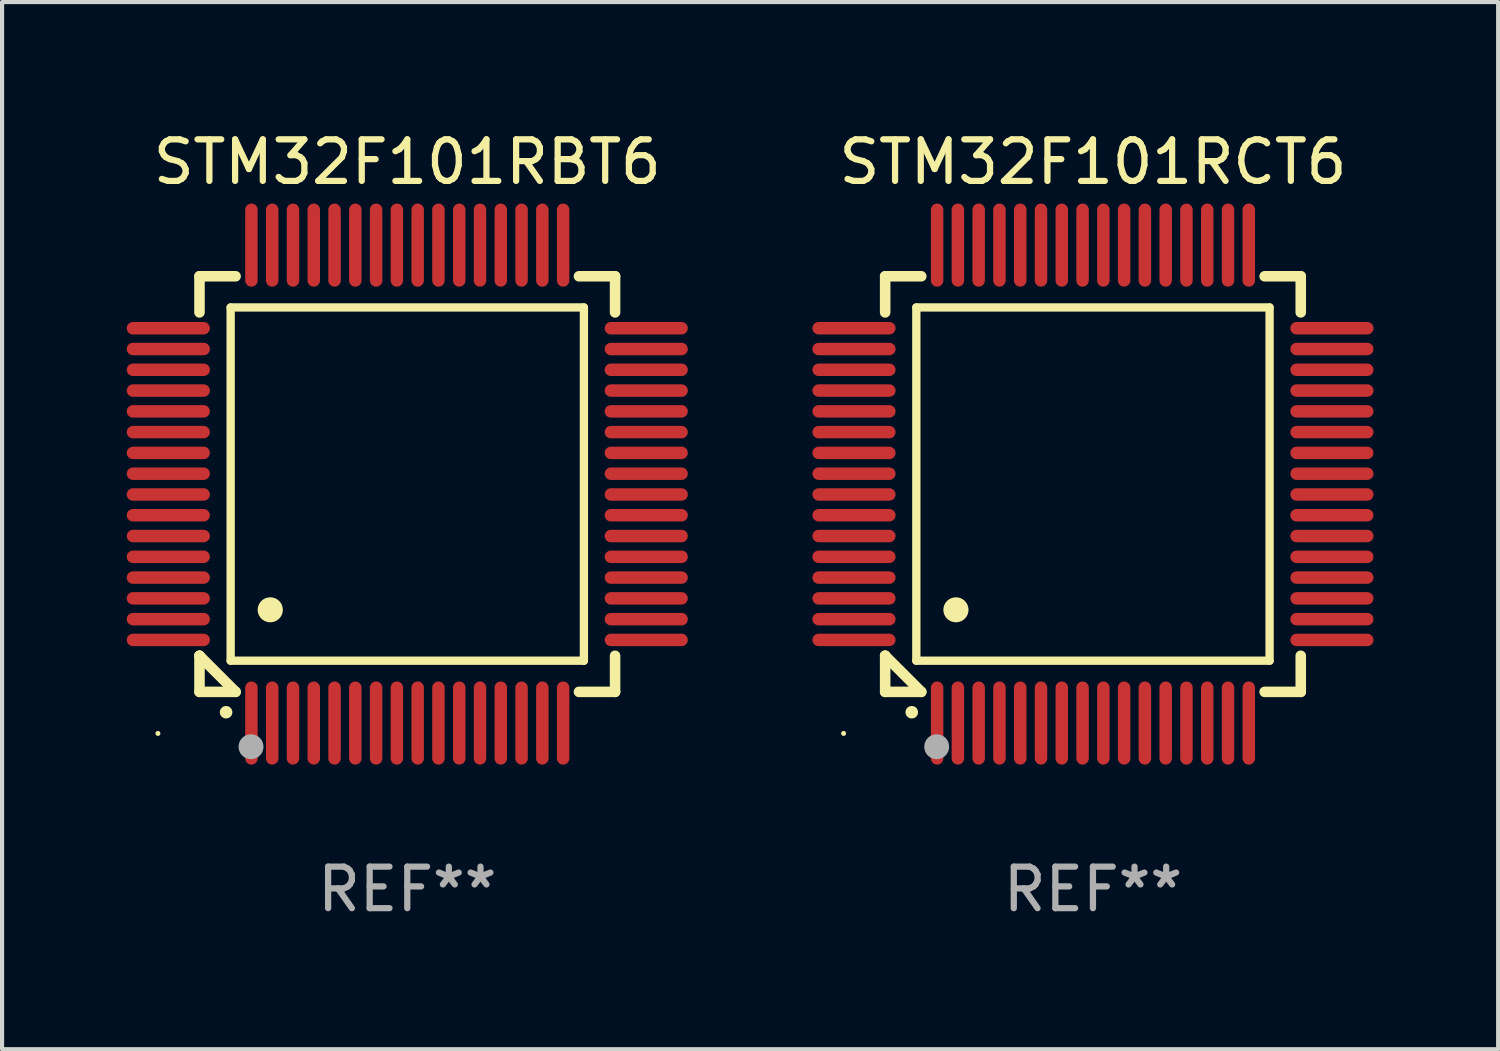
<source format=kicad_pcb>
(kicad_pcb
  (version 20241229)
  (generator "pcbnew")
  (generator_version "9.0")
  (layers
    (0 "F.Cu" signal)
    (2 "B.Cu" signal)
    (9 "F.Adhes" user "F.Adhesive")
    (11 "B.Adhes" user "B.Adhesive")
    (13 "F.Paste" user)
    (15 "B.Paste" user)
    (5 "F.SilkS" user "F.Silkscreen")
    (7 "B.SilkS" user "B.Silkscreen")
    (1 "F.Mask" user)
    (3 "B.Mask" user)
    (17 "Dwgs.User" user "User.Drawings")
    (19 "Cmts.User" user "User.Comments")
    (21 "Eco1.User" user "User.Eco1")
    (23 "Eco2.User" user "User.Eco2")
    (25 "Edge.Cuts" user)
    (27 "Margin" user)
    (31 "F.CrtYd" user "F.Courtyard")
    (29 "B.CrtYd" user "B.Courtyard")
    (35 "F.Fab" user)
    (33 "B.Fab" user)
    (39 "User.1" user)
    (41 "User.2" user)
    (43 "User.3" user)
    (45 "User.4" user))
  (footprint "STM32F101RCT6"
    (layer "F.Cu")
    (at 23.249 8.598)
    (property "Reference" "STM32F101RCT6" (at 0 -7.75 0) (layer "F.SilkS") (effects (font (size 1 1) (thickness 0.15))))
    (attr through_hole)
    (fp_line (start -5 -5) (end -4.131 -5) (stroke (width 0.254) (type solid)) (layer "F.SilkS"))
    (fp_line (start -5 -4.131) (end -5 -5) (stroke (width 0.254) (type solid)) (layer "F.SilkS"))
    (fp_line (start -5 4.131) (end -5 4.131) (stroke (width 0.254) (type solid)) (layer "F.SilkS"))
    (fp_line (start -5 5) (end -5 4.131) (stroke (width 0.254) (type solid)) (layer "F.SilkS"))
    (fp_line (start -5 4.131) (end -4.131 5) (stroke (width 0.254) (type solid)) (layer "F.SilkS"))
    (fp_line (start -4.25 -4.25) (end -4.25 4.25) (stroke (width 0.2) (type solid)) (layer "F.SilkS"))
    (fp_line (start -4.25 4.25) (end 4.25 4.25) (stroke (width 0.2) (type solid)) (layer "F.SilkS"))
    (fp_line (start -4.131 5) (end -5 5) (stroke (width 0.254) (type solid)) (layer "F.SilkS"))
    (fp_line (start 4.25 -4.25) (end -4.25 -4.25) (stroke (width 0.2) (type solid)) (layer "F.SilkS"))
    (fp_line (start 4.25 4.25) (end 4.25 -4.25) (stroke (width 0.2) (type solid)) (layer "F.SilkS"))
    (fp_line (start 5 -5) (end 4.131 -5) (stroke (width 0.254) (type solid)) (layer "F.SilkS"))
    (fp_line (start 5 -5) (end 5 -4.131) (stroke (width 0.254) (type solid)) (layer "F.SilkS"))
    (fp_line (start 5 4.131) (end 5 5) (stroke (width 0.254) (type solid)) (layer "F.SilkS"))
    (fp_line (start 5 5) (end 4.131 5) (stroke (width 0.254) (type solid)) (layer "F.SilkS"))
    (fp_arc (start -4.361265 5.489992) (mid -4.359995 5.489987) (end -4.358725 5.489992) (stroke (width 0.3) (type solid)) (layer "F.SilkS"))
    (fp_arc (start -3.299467 3.025146) (mid -3.296927 3.025135) (end -3.294387 3.025146) (stroke (width 0.6) (type solid)) (layer "F.SilkS"))
    (fp_circle (center -6 6) (end -5.97 6) (stroke (width 0.06) (type solid)) (fill no) (layer "F.SilkS"))
    (fp_circle (center -3.76 6.32) (end -3.61 6.32) (stroke (width 0.3) (type solid)) (fill no) (layer "F.Fab"))
    (fp_text user "REF**" (at 0 9.75 0) (layer "F.Fab") (effects (font (size 1 1) (thickness 0.15))))
    (pad "1" smd oval (at -3.75 5.75) (size 0.3 2) (layers "F.Cu" "F.Mask" "F.Paste"))
    (pad "2" smd oval (at -3.25 5.75) (size 0.3 2) (layers "F.Cu" "F.Mask" "F.Paste"))
    (pad "3" smd oval (at -2.75 5.75) (size 0.3 2) (layers "F.Cu" "F.Mask" "F.Paste"))
    (pad "4" smd oval (at -2.25 5.75) (size 0.3 2) (layers "F.Cu" "F.Mask" "F.Paste"))
    (pad "5" smd oval (at -1.75 5.75) (size 0.3 2) (layers "F.Cu" "F.Mask" "F.Paste"))
    (pad "6" smd oval (at -1.25 5.75) (size 0.3 2) (layers "F.Cu" "F.Mask" "F.Paste"))
    (pad "7" smd oval (at -0.75 5.75) (size 0.3 2) (layers "F.Cu" "F.Mask" "F.Paste"))
    (pad "8" smd oval (at -0.25 5.75) (size 0.3 2) (layers "F.Cu" "F.Mask" "F.Paste"))
    (pad "9" smd oval (at 0.25 5.75) (size 0.3 2) (layers "F.Cu" "F.Mask" "F.Paste"))
    (pad "10" smd oval (at 0.75 5.75) (size 0.3 2) (layers "F.Cu" "F.Mask" "F.Paste"))
    (pad "11" smd oval (at 1.25 5.75) (size 0.3 2) (layers "F.Cu" "F.Mask" "F.Paste"))
    (pad "12" smd oval (at 1.75 5.75) (size 0.3 2) (layers "F.Cu" "F.Mask" "F.Paste"))
    (pad "13" smd oval (at 2.25 5.75) (size 0.3 2) (layers "F.Cu" "F.Mask" "F.Paste"))
    (pad "14" smd oval (at 2.75 5.75) (size 0.3 2) (layers "F.Cu" "F.Mask" "F.Paste"))
    (pad "15" smd oval (at 3.25 5.75) (size 0.3 2) (layers "F.Cu" "F.Mask" "F.Paste"))
    (pad "16" smd oval (at 3.75 5.75) (size 0.3 2) (layers "F.Cu" "F.Mask" "F.Paste"))
    (pad "17" smd oval (at 5.75 3.75) (size 2 0.3) (layers "F.Cu" "F.Mask" "F.Paste"))
    (pad "18" smd oval (at 5.75 3.25) (size 2 0.3) (layers "F.Cu" "F.Mask" "F.Paste"))
    (pad "19" smd oval (at 5.75 2.75) (size 2 0.3) (layers "F.Cu" "F.Mask" "F.Paste"))
    (pad "20" smd oval (at 5.75 2.25) (size 2 0.3) (layers "F.Cu" "F.Mask" "F.Paste"))
    (pad "21" smd oval (at 5.75 1.75) (size 2 0.3) (layers "F.Cu" "F.Mask" "F.Paste"))
    (pad "22" smd oval (at 5.75 1.25) (size 2 0.3) (layers "F.Cu" "F.Mask" "F.Paste"))
    (pad "23" smd oval (at 5.75 0.75) (size 2 0.3) (layers "F.Cu" "F.Mask" "F.Paste"))
    (pad "24" smd oval (at 5.75 0.25) (size 2 0.3) (layers "F.Cu" "F.Mask" "F.Paste"))
    (pad "25" smd oval (at 5.75 -0.25) (size 2 0.3) (layers "F.Cu" "F.Mask" "F.Paste"))
    (pad "26" smd oval (at 5.75 -0.75) (size 2 0.3) (layers "F.Cu" "F.Mask" "F.Paste"))
    (pad "27" smd oval (at 5.75 -1.25) (size 2 0.3) (layers "F.Cu" "F.Mask" "F.Paste"))
    (pad "28" smd oval (at 5.75 -1.75) (size 2 0.3) (layers "F.Cu" "F.Mask" "F.Paste"))
    (pad "29" smd oval (at 5.75 -2.25) (size 2 0.3) (layers "F.Cu" "F.Mask" "F.Paste"))
    (pad "30" smd oval (at 5.75 -2.75) (size 2 0.3) (layers "F.Cu" "F.Mask" "F.Paste"))
    (pad "31" smd oval (at 5.75 -3.25) (size 2 0.3) (layers "F.Cu" "F.Mask" "F.Paste"))
    (pad "32" smd oval (at 5.75 -3.75) (size 2 0.3) (layers "F.Cu" "F.Mask" "F.Paste"))
    (pad "33" smd oval (at 3.75 -5.75) (size 0.3 2) (layers "F.Cu" "F.Mask" "F.Paste"))
    (pad "34" smd oval (at 3.25 -5.75) (size 0.3 2) (layers "F.Cu" "F.Mask" "F.Paste"))
    (pad "35" smd oval (at 2.75 -5.75) (size 0.3 2) (layers "F.Cu" "F.Mask" "F.Paste"))
    (pad "36" smd oval (at 2.25 -5.75) (size 0.3 2) (layers "F.Cu" "F.Mask" "F.Paste"))
    (pad "37" smd oval (at 1.75 -5.75) (size 0.3 2) (layers "F.Cu" "F.Mask" "F.Paste"))
    (pad "38" smd oval (at 1.25 -5.75) (size 0.3 2) (layers "F.Cu" "F.Mask" "F.Paste"))
    (pad "39" smd oval (at 0.75 -5.75) (size 0.3 2) (layers "F.Cu" "F.Mask" "F.Paste"))
    (pad "40" smd oval (at 0.25 -5.75) (size 0.3 2) (layers "F.Cu" "F.Mask" "F.Paste"))
    (pad "41" smd oval (at -0.25 -5.75) (size 0.3 2) (layers "F.Cu" "F.Mask" "F.Paste"))
    (pad "42" smd oval (at -0.75 -5.75) (size 0.3 2) (layers "F.Cu" "F.Mask" "F.Paste"))
    (pad "43" smd oval (at -1.25 -5.75) (size 0.3 2) (layers "F.Cu" "F.Mask" "F.Paste"))
    (pad "44" smd oval (at -1.75 -5.75) (size 0.3 2) (layers "F.Cu" "F.Mask" "F.Paste"))
    (pad "45" smd oval (at -2.25 -5.75) (size 0.3 2) (layers "F.Cu" "F.Mask" "F.Paste"))
    (pad "46" smd oval (at -2.75 -5.75) (size 0.3 2) (layers "F.Cu" "F.Mask" "F.Paste"))
    (pad "47" smd oval (at -3.25 -5.75) (size 0.3 2) (layers "F.Cu" "F.Mask" "F.Paste"))
    (pad "48" smd oval (at -3.75 -5.75) (size 0.3 2) (layers "F.Cu" "F.Mask" "F.Paste"))
    (pad "49" smd oval (at -5.75 -3.75) (size 2 0.3) (layers "F.Cu" "F.Mask" "F.Paste"))
    (pad "50" smd oval (at -5.75 -3.25) (size 2 0.3) (layers "F.Cu" "F.Mask" "F.Paste"))
    (pad "51" smd oval (at -5.75 -2.75) (size 2 0.3) (layers "F.Cu" "F.Mask" "F.Paste"))
    (pad "52" smd oval (at -5.75 -2.25) (size 2 0.3) (layers "F.Cu" "F.Mask" "F.Paste"))
    (pad "53" smd oval (at -5.75 -1.75) (size 2 0.3) (layers "F.Cu" "F.Mask" "F.Paste"))
    (pad "54" smd oval (at -5.75 -1.25) (size 2 0.3) (layers "F.Cu" "F.Mask" "F.Paste"))
    (pad "55" smd oval (at -5.75 -0.75) (size 2 0.3) (layers "F.Cu" "F.Mask" "F.Paste"))
    (pad "56" smd oval (at -5.75 -0.25) (size 2 0.3) (layers "F.Cu" "F.Mask" "F.Paste"))
    (pad "57" smd oval (at -5.75 0.25) (size 2 0.3) (layers "F.Cu" "F.Mask" "F.Paste"))
    (pad "58" smd oval (at -5.75 0.75) (size 2 0.3) (layers "F.Cu" "F.Mask" "F.Paste"))
    (pad "59" smd oval (at -5.75 1.25) (size 2 0.3) (layers "F.Cu" "F.Mask" "F.Paste"))
    (pad "60" smd oval (at -5.75 1.75) (size 2 0.3) (layers "F.Cu" "F.Mask" "F.Paste"))
    (pad "61" smd oval (at -5.75 2.25) (size 2 0.3) (layers "F.Cu" "F.Mask" "F.Paste"))
    (pad "62" smd oval (at -5.75 2.75) (size 2 0.3) (layers "F.Cu" "F.Mask" "F.Paste"))
    (pad "63" smd oval (at -5.75 3.25) (size 2 0.3) (layers "F.Cu" "F.Mask" "F.Paste"))
    (pad "64" smd oval (at -5.75 3.75) (size 2 0.3) (layers "F.Cu" "F.Mask" "F.Paste")))
  (footprint "STM32F101RBT6"
    (layer "F.Cu")
    (at 6.75 8.598)
    (property "Reference" "STM32F101RBT6" (at 0 -7.75 0) (layer "F.SilkS") (effects (font (size 1 1) (thickness 0.15))))
    (attr through_hole)
    (fp_line (start -5 -5) (end -4.131 -5) (stroke (width 0.254) (type solid)) (layer "F.SilkS"))
    (fp_line (start -5 -4.131) (end -5 -5) (stroke (width 0.254) (type solid)) (layer "F.SilkS"))
    (fp_line (start -5 4.131) (end -5 4.131) (stroke (width 0.254) (type solid)) (layer "F.SilkS"))
    (fp_line (start -5 5) (end -5 4.131) (stroke (width 0.254) (type solid)) (layer "F.SilkS"))
    (fp_line (start -5 4.131) (end -4.131 5) (stroke (width 0.254) (type solid)) (layer "F.SilkS"))
    (fp_line (start -4.25 -4.25) (end -4.25 4.25) (stroke (width 0.2) (type solid)) (layer "F.SilkS"))
    (fp_line (start -4.25 4.25) (end 4.25 4.25) (stroke (width 0.2) (type solid)) (layer "F.SilkS"))
    (fp_line (start -4.131 5) (end -5 5) (stroke (width 0.254) (type solid)) (layer "F.SilkS"))
    (fp_line (start 4.25 -4.25) (end -4.25 -4.25) (stroke (width 0.2) (type solid)) (layer "F.SilkS"))
    (fp_line (start 4.25 4.25) (end 4.25 -4.25) (stroke (width 0.2) (type solid)) (layer "F.SilkS"))
    (fp_line (start 5 -5) (end 4.131 -5) (stroke (width 0.254) (type solid)) (layer "F.SilkS"))
    (fp_line (start 5 -5) (end 5 -4.131) (stroke (width 0.254) (type solid)) (layer "F.SilkS"))
    (fp_line (start 5 4.131) (end 5 5) (stroke (width 0.254) (type solid)) (layer "F.SilkS"))
    (fp_line (start 5 5) (end 4.131 5) (stroke (width 0.254) (type solid)) (layer "F.SilkS"))
    (fp_arc (start -4.361265 5.489992) (mid -4.359995 5.489987) (end -4.358725 5.489992) (stroke (width 0.3) (type solid)) (layer "F.SilkS"))
    (fp_arc (start -3.299467 3.025146) (mid -3.296927 3.025135) (end -3.294387 3.025146) (stroke (width 0.6) (type solid)) (layer "F.SilkS"))
    (fp_circle (center -6 6) (end -5.97 6) (stroke (width 0.06) (type solid)) (fill no) (layer "F.SilkS"))
    (fp_circle (center -3.76 6.32) (end -3.61 6.32) (stroke (width 0.3) (type solid)) (fill no) (layer "F.Fab"))
    (fp_text user "REF**" (at 0 9.75 0) (layer "F.Fab") (effects (font (size 1 1) (thickness 0.15))))
    (pad "1" smd oval (at -3.75 5.75) (size 0.3 2) (layers "F.Cu" "F.Mask" "F.Paste"))
    (pad "2" smd oval (at -3.25 5.75) (size 0.3 2) (layers "F.Cu" "F.Mask" "F.Paste"))
    (pad "3" smd oval (at -2.75 5.75) (size 0.3 2) (layers "F.Cu" "F.Mask" "F.Paste"))
    (pad "4" smd oval (at -2.25 5.75) (size 0.3 2) (layers "F.Cu" "F.Mask" "F.Paste"))
    (pad "5" smd oval (at -1.75 5.75) (size 0.3 2) (layers "F.Cu" "F.Mask" "F.Paste"))
    (pad "6" smd oval (at -1.25 5.75) (size 0.3 2) (layers "F.Cu" "F.Mask" "F.Paste"))
    (pad "7" smd oval (at -0.75 5.75) (size 0.3 2) (layers "F.Cu" "F.Mask" "F.Paste"))
    (pad "8" smd oval (at -0.25 5.75) (size 0.3 2) (layers "F.Cu" "F.Mask" "F.Paste"))
    (pad "9" smd oval (at 0.25 5.75) (size 0.3 2) (layers "F.Cu" "F.Mask" "F.Paste"))
    (pad "10" smd oval (at 0.75 5.75) (size 0.3 2) (layers "F.Cu" "F.Mask" "F.Paste"))
    (pad "11" smd oval (at 1.25 5.75) (size 0.3 2) (layers "F.Cu" "F.Mask" "F.Paste"))
    (pad "12" smd oval (at 1.75 5.75) (size 0.3 2) (layers "F.Cu" "F.Mask" "F.Paste"))
    (pad "13" smd oval (at 2.25 5.75) (size 0.3 2) (layers "F.Cu" "F.Mask" "F.Paste"))
    (pad "14" smd oval (at 2.75 5.75) (size 0.3 2) (layers "F.Cu" "F.Mask" "F.Paste"))
    (pad "15" smd oval (at 3.25 5.75) (size 0.3 2) (layers "F.Cu" "F.Mask" "F.Paste"))
    (pad "16" smd oval (at 3.75 5.75) (size 0.3 2) (layers "F.Cu" "F.Mask" "F.Paste"))
    (pad "17" smd oval (at 5.75 3.75) (size 2 0.3) (layers "F.Cu" "F.Mask" "F.Paste"))
    (pad "18" smd oval (at 5.75 3.25) (size 2 0.3) (layers "F.Cu" "F.Mask" "F.Paste"))
    (pad "19" smd oval (at 5.75 2.75) (size 2 0.3) (layers "F.Cu" "F.Mask" "F.Paste"))
    (pad "20" smd oval (at 5.75 2.25) (size 2 0.3) (layers "F.Cu" "F.Mask" "F.Paste"))
    (pad "21" smd oval (at 5.75 1.75) (size 2 0.3) (layers "F.Cu" "F.Mask" "F.Paste"))
    (pad "22" smd oval (at 5.75 1.25) (size 2 0.3) (layers "F.Cu" "F.Mask" "F.Paste"))
    (pad "23" smd oval (at 5.75 0.75) (size 2 0.3) (layers "F.Cu" "F.Mask" "F.Paste"))
    (pad "24" smd oval (at 5.75 0.25) (size 2 0.3) (layers "F.Cu" "F.Mask" "F.Paste"))
    (pad "25" smd oval (at 5.75 -0.25) (size 2 0.3) (layers "F.Cu" "F.Mask" "F.Paste"))
    (pad "26" smd oval (at 5.75 -0.75) (size 2 0.3) (layers "F.Cu" "F.Mask" "F.Paste"))
    (pad "27" smd oval (at 5.75 -1.25) (size 2 0.3) (layers "F.Cu" "F.Mask" "F.Paste"))
    (pad "28" smd oval (at 5.75 -1.75) (size 2 0.3) (layers "F.Cu" "F.Mask" "F.Paste"))
    (pad "29" smd oval (at 5.75 -2.25) (size 2 0.3) (layers "F.Cu" "F.Mask" "F.Paste"))
    (pad "30" smd oval (at 5.75 -2.75) (size 2 0.3) (layers "F.Cu" "F.Mask" "F.Paste"))
    (pad "31" smd oval (at 5.75 -3.25) (size 2 0.3) (layers "F.Cu" "F.Mask" "F.Paste"))
    (pad "32" smd oval (at 5.75 -3.75) (size 2 0.3) (layers "F.Cu" "F.Mask" "F.Paste"))
    (pad "33" smd oval (at 3.75 -5.75) (size 0.3 2) (layers "F.Cu" "F.Mask" "F.Paste"))
    (pad "34" smd oval (at 3.25 -5.75) (size 0.3 2) (layers "F.Cu" "F.Mask" "F.Paste"))
    (pad "35" smd oval (at 2.75 -5.75) (size 0.3 2) (layers "F.Cu" "F.Mask" "F.Paste"))
    (pad "36" smd oval (at 2.25 -5.75) (size 0.3 2) (layers "F.Cu" "F.Mask" "F.Paste"))
    (pad "37" smd oval (at 1.75 -5.75) (size 0.3 2) (layers "F.Cu" "F.Mask" "F.Paste"))
    (pad "38" smd oval (at 1.25 -5.75) (size 0.3 2) (layers "F.Cu" "F.Mask" "F.Paste"))
    (pad "39" smd oval (at 0.75 -5.75) (size 0.3 2) (layers "F.Cu" "F.Mask" "F.Paste"))
    (pad "40" smd oval (at 0.25 -5.75) (size 0.3 2) (layers "F.Cu" "F.Mask" "F.Paste"))
    (pad "41" smd oval (at -0.25 -5.75) (size 0.3 2) (layers "F.Cu" "F.Mask" "F.Paste"))
    (pad "42" smd oval (at -0.75 -5.75) (size 0.3 2) (layers "F.Cu" "F.Mask" "F.Paste"))
    (pad "43" smd oval (at -1.25 -5.75) (size 0.3 2) (layers "F.Cu" "F.Mask" "F.Paste"))
    (pad "44" smd oval (at -1.75 -5.75) (size 0.3 2) (layers "F.Cu" "F.Mask" "F.Paste"))
    (pad "45" smd oval (at -2.25 -5.75) (size 0.3 2) (layers "F.Cu" "F.Mask" "F.Paste"))
    (pad "46" smd oval (at -2.75 -5.75) (size 0.3 2) (layers "F.Cu" "F.Mask" "F.Paste"))
    (pad "47" smd oval (at -3.25 -5.75) (size 0.3 2) (layers "F.Cu" "F.Mask" "F.Paste"))
    (pad "48" smd oval (at -3.75 -5.75) (size 0.3 2) (layers "F.Cu" "F.Mask" "F.Paste"))
    (pad "49" smd oval (at -5.75 -3.75) (size 2 0.3) (layers "F.Cu" "F.Mask" "F.Paste"))
    (pad "50" smd oval (at -5.75 -3.25) (size 2 0.3) (layers "F.Cu" "F.Mask" "F.Paste"))
    (pad "51" smd oval (at -5.75 -2.75) (size 2 0.3) (layers "F.Cu" "F.Mask" "F.Paste"))
    (pad "52" smd oval (at -5.75 -2.25) (size 2 0.3) (layers "F.Cu" "F.Mask" "F.Paste"))
    (pad "53" smd oval (at -5.75 -1.75) (size 2 0.3) (layers "F.Cu" "F.Mask" "F.Paste"))
    (pad "54" smd oval (at -5.75 -1.25) (size 2 0.3) (layers "F.Cu" "F.Mask" "F.Paste"))
    (pad "55" smd oval (at -5.75 -0.75) (size 2 0.3) (layers "F.Cu" "F.Mask" "F.Paste"))
    (pad "56" smd oval (at -5.75 -0.25) (size 2 0.3) (layers "F.Cu" "F.Mask" "F.Paste"))
    (pad "57" smd oval (at -5.75 0.25) (size 2 0.3) (layers "F.Cu" "F.Mask" "F.Paste"))
    (pad "58" smd oval (at -5.75 0.75) (size 2 0.3) (layers "F.Cu" "F.Mask" "F.Paste"))
    (pad "59" smd oval (at -5.75 1.25) (size 2 0.3) (layers "F.Cu" "F.Mask" "F.Paste"))
    (pad "60" smd oval (at -5.75 1.75) (size 2 0.3) (layers "F.Cu" "F.Mask" "F.Paste"))
    (pad "61" smd oval (at -5.75 2.25) (size 2 0.3) (layers "F.Cu" "F.Mask" "F.Paste"))
    (pad "62" smd oval (at -5.75 2.75) (size 2 0.3) (layers "F.Cu" "F.Mask" "F.Paste"))
    (pad "63" smd oval (at -5.75 3.25) (size 2 0.3) (layers "F.Cu" "F.Mask" "F.Paste"))
    (pad "64" smd oval (at -5.75 3.75) (size 2 0.3) (layers "F.Cu" "F.Mask" "F.Paste")))
  (gr_rect
    (start -3 -3)
    (end 32.999 22.196)
    (stroke (width 0.1) (type default))
    (fill no)
    (layer "Edge.Cuts")))
</source>
